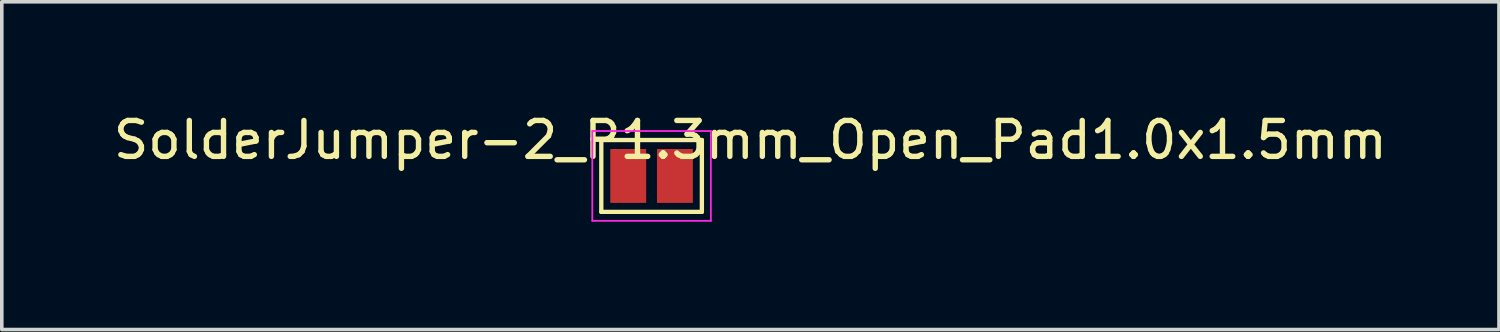
<source format=kicad_pcb>
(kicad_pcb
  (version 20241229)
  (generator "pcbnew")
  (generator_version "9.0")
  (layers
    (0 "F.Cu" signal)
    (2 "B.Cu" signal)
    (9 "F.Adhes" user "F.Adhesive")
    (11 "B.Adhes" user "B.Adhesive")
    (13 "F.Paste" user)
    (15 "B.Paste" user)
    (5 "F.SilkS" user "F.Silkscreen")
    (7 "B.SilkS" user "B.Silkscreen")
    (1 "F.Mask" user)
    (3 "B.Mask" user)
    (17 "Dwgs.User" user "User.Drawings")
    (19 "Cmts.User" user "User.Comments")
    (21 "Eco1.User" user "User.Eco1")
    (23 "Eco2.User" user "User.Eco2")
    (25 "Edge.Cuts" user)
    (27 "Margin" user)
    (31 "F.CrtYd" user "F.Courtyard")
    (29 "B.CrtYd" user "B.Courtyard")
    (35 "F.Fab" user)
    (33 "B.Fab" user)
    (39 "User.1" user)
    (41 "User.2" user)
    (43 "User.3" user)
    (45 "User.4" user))
  (footprint "SolderJumper-2_P1.3mm_Open_Pad1.0x1.5mm"
    (layer "F.Cu")
    (at 15.089 1.848)
    (property "Reference" "SolderJumper-2_P1.3mm_Open_Pad1.0x1.5mm" (at 2.75 -1 180) (layer "F.SilkS") (effects (font (size 1 1) (thickness 0.15))))
    (attr exclude_from_pos_files)
    (fp_line (start -1.4 -1) (end 1.4 -1) (stroke (width 0.12) (type solid)) (layer "F.SilkS"))
    (fp_line (start -1.4 1) (end -1.4 -1) (stroke (width 0.12) (type solid)) (layer "F.SilkS"))
    (fp_line (start 1.4 -1) (end 1.4 1) (stroke (width 0.12) (type solid)) (layer "F.SilkS"))
    (fp_line (start 1.4 1) (end -1.4 1) (stroke (width 0.12) (type solid)) (layer "F.SilkS"))
    (fp_line (start -1.65 -1.25) (end -1.65 1.25) (stroke (width 0.05) (type solid)) (layer "F.CrtYd"))
    (fp_line (start -1.65 -1.25) (end 1.65 -1.25) (stroke (width 0.05) (type solid)) (layer "F.CrtYd"))
    (fp_line (start 1.65 1.25) (end -1.65 1.25) (stroke (width 0.05) (type solid)) (layer "F.CrtYd"))
    (fp_line (start 1.65 1.25) (end 1.65 -1.25) (stroke (width 0.05) (type solid)) (layer "F.CrtYd"))
    (pad "1" smd rect (at -0.65 0) (size 1 1.5) (layers "F.Cu" "F.Mask"))
    (pad "2" smd rect (at 0.65 0) (size 1 1.5) (layers "F.Cu" "F.Mask")))
  (gr_rect
    (start -3 -3)
    (end 38.679 6.123)
    (stroke (width 0.1) (type default))
    (fill no)
    (layer "Edge.Cuts")))
</source>
